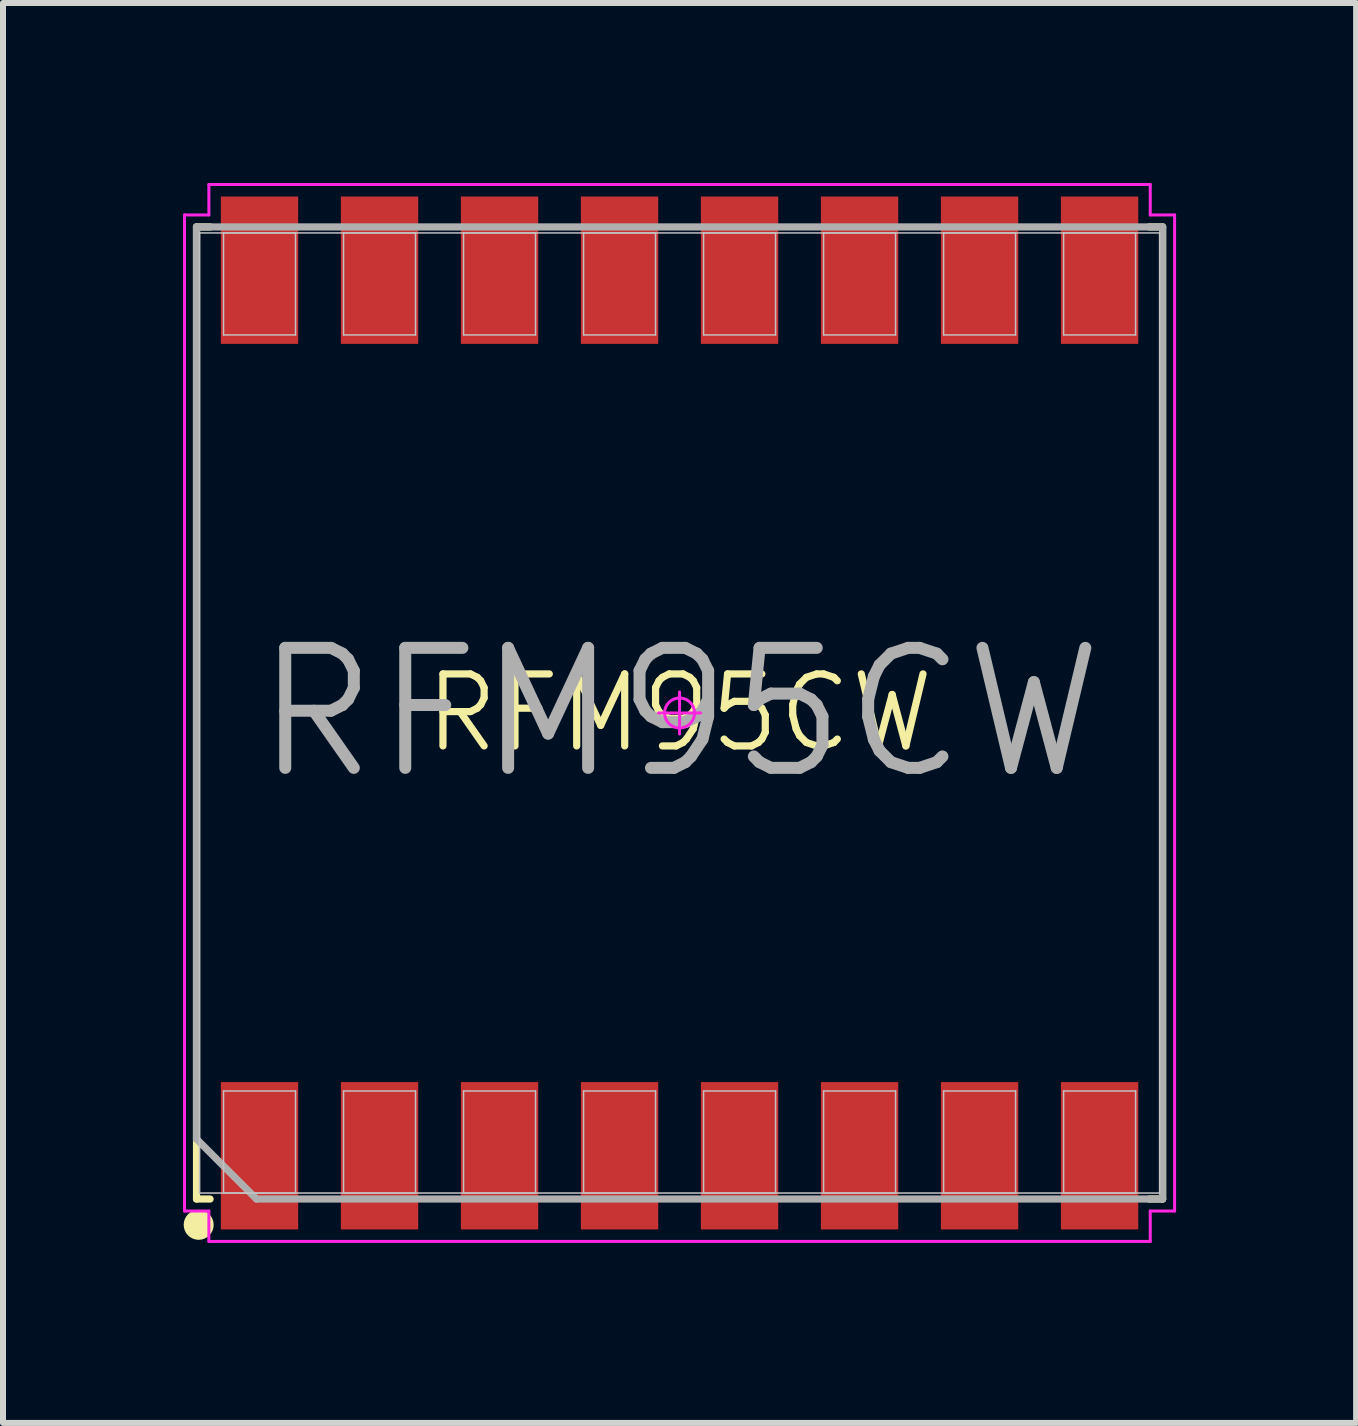
<source format=kicad_pcb>
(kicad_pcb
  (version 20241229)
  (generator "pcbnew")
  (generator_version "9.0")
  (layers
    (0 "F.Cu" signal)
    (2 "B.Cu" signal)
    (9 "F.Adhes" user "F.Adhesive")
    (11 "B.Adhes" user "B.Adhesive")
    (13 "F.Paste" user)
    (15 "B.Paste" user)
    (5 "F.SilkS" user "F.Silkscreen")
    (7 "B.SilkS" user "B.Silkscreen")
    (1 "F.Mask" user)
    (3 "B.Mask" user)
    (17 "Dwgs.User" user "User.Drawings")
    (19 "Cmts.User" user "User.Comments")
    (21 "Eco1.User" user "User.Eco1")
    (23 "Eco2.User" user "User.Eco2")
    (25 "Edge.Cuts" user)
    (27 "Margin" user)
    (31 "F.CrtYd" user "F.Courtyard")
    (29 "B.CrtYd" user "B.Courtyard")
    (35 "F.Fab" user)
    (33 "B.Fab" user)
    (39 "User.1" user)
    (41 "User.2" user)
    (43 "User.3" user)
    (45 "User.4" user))
  (footprint "RFM95CW"
    (layer "F.Cu")
    (at 8.275 8.832)
    (property "Reference" "RFM95CW" (at 0 0 0) (layer "F.SilkS") (effects (font (size 1.2 1.2) (thickness 0.12))))
    (attr smd)
    (fp_line (start -8.05 -8.1) (end -7.824 -8.1) (stroke (width 0.12) (type solid)) (layer "F.SilkS"))
    (fp_line (start -8.05 8.1) (end -8.05 -8.1) (stroke (width 0.12) (type solid)) (layer "F.SilkS"))
    (fp_line (start -7.824 8.1) (end -8.05 8.1) (stroke (width 0.12) (type solid)) (layer "F.SilkS"))
    (fp_line (start 7.824 8.1) (end 8.05 8.1) (stroke (width 0.12) (type solid)) (layer "F.SilkS"))
    (fp_line (start 8.05 -8.1) (end 7.824 -8.1) (stroke (width 0.12) (type solid)) (layer "F.SilkS"))
    (fp_line (start 8.05 8.1) (end 8.05 -8.1) (stroke (width 0.12) (type solid)) (layer "F.SilkS"))
    (fp_circle (center -8.014 8.53) (end -8.014 8.655) (stroke (width 0.25) (type solid)) (fill no) (layer "F.SilkS"))
    (fp_line (start -8 -8) (end 8 -8) (stroke (width 0.025) (type solid)) (layer "Dwgs.User"))
    (fp_line (start -8 8) (end -8 -8) (stroke (width 0.025) (type solid)) (layer "Dwgs.User"))
    (fp_line (start -7.6 -8) (end -6.4 -8) (stroke (width 0.025) (type solid)) (layer "Dwgs.User"))
    (fp_line (start -7.6 -6.3) (end -7.6 -8) (stroke (width 0.025) (type solid)) (layer "Dwgs.User"))
    (fp_line (start -7.6 6.3) (end -6.4 6.3) (stroke (width 0.025) (type solid)) (layer "Dwgs.User"))
    (fp_line (start -7.6 8) (end -7.6 6.3) (stroke (width 0.025) (type solid)) (layer "Dwgs.User"))
    (fp_line (start -6.4 -8) (end -6.4 -6.3) (stroke (width 0.025) (type solid)) (layer "Dwgs.User"))
    (fp_line (start -6.4 -6.3) (end -7.6 -6.3) (stroke (width 0.025) (type solid)) (layer "Dwgs.User"))
    (fp_line (start -6.4 6.3) (end -6.4 8) (stroke (width 0.025) (type solid)) (layer "Dwgs.User"))
    (fp_line (start -6.4 8) (end -7.6 8) (stroke (width 0.025) (type solid)) (layer "Dwgs.User"))
    (fp_line (start -5.6 -8) (end -4.4 -8) (stroke (width 0.025) (type solid)) (layer "Dwgs.User"))
    (fp_line (start -5.6 -6.3) (end -5.6 -8) (stroke (width 0.025) (type solid)) (layer "Dwgs.User"))
    (fp_line (start -5.6 6.3) (end -4.4 6.3) (stroke (width 0.025) (type solid)) (layer "Dwgs.User"))
    (fp_line (start -5.6 8) (end -5.6 6.3) (stroke (width 0.025) (type solid)) (layer "Dwgs.User"))
    (fp_line (start -4.4 -8) (end -4.4 -6.3) (stroke (width 0.025) (type solid)) (layer "Dwgs.User"))
    (fp_line (start -4.4 -6.3) (end -5.6 -6.3) (stroke (width 0.025) (type solid)) (layer "Dwgs.User"))
    (fp_line (start -4.4 6.3) (end -4.4 8) (stroke (width 0.025) (type solid)) (layer "Dwgs.User"))
    (fp_line (start -4.4 8) (end -5.6 8) (stroke (width 0.025) (type solid)) (layer "Dwgs.User"))
    (fp_line (start -3.6 -8) (end -2.4 -8) (stroke (width 0.025) (type solid)) (layer "Dwgs.User"))
    (fp_line (start -3.6 -6.3) (end -3.6 -8) (stroke (width 0.025) (type solid)) (layer "Dwgs.User"))
    (fp_line (start -3.6 6.3) (end -2.4 6.3) (stroke (width 0.025) (type solid)) (layer "Dwgs.User"))
    (fp_line (start -3.6 8) (end -3.6 6.3) (stroke (width 0.025) (type solid)) (layer "Dwgs.User"))
    (fp_line (start -2.4 -8) (end -2.4 -6.3) (stroke (width 0.025) (type solid)) (layer "Dwgs.User"))
    (fp_line (start -2.4 -6.3) (end -3.6 -6.3) (stroke (width 0.025) (type solid)) (layer "Dwgs.User"))
    (fp_line (start -2.4 6.3) (end -2.4 8) (stroke (width 0.025) (type solid)) (layer "Dwgs.User"))
    (fp_line (start -2.4 8) (end -3.6 8) (stroke (width 0.025) (type solid)) (layer "Dwgs.User"))
    (fp_line (start -1.6 -8) (end -0.4 -8) (stroke (width 0.025) (type solid)) (layer "Dwgs.User"))
    (fp_line (start -1.6 -6.3) (end -1.6 -8) (stroke (width 0.025) (type solid)) (layer "Dwgs.User"))
    (fp_line (start -1.6 6.3) (end -0.4 6.3) (stroke (width 0.025) (type solid)) (layer "Dwgs.User"))
    (fp_line (start -1.6 8) (end -1.6 6.3) (stroke (width 0.025) (type solid)) (layer "Dwgs.User"))
    (fp_line (start -0.4 -8) (end -0.4 -6.3) (stroke (width 0.025) (type solid)) (layer "Dwgs.User"))
    (fp_line (start -0.4 -6.3) (end -1.6 -6.3) (stroke (width 0.025) (type solid)) (layer "Dwgs.User"))
    (fp_line (start -0.4 6.3) (end -0.4 8) (stroke (width 0.025) (type solid)) (layer "Dwgs.User"))
    (fp_line (start -0.4 8) (end -1.6 8) (stroke (width 0.025) (type solid)) (layer "Dwgs.User"))
    (fp_line (start 0.4 -8) (end 1.6 -8) (stroke (width 0.025) (type solid)) (layer "Dwgs.User"))
    (fp_line (start 0.4 -6.3) (end 0.4 -8) (stroke (width 0.025) (type solid)) (layer "Dwgs.User"))
    (fp_line (start 0.4 6.3) (end 1.6 6.3) (stroke (width 0.025) (type solid)) (layer "Dwgs.User"))
    (fp_line (start 0.4 8) (end 0.4 6.3) (stroke (width 0.025) (type solid)) (layer "Dwgs.User"))
    (fp_line (start 1.6 -8) (end 1.6 -6.3) (stroke (width 0.025) (type solid)) (layer "Dwgs.User"))
    (fp_line (start 1.6 -6.3) (end 0.4 -6.3) (stroke (width 0.025) (type solid)) (layer "Dwgs.User"))
    (fp_line (start 1.6 6.3) (end 1.6 8) (stroke (width 0.025) (type solid)) (layer "Dwgs.User"))
    (fp_line (start 1.6 8) (end 0.4 8) (stroke (width 0.025) (type solid)) (layer "Dwgs.User"))
    (fp_line (start 2.4 -8) (end 3.6 -8) (stroke (width 0.025) (type solid)) (layer "Dwgs.User"))
    (fp_line (start 2.4 -6.3) (end 2.4 -8) (stroke (width 0.025) (type solid)) (layer "Dwgs.User"))
    (fp_line (start 2.4 6.3) (end 3.6 6.3) (stroke (width 0.025) (type solid)) (layer "Dwgs.User"))
    (fp_line (start 2.4 8) (end 2.4 6.3) (stroke (width 0.025) (type solid)) (layer "Dwgs.User"))
    (fp_line (start 3.6 -8) (end 3.6 -6.3) (stroke (width 0.025) (type solid)) (layer "Dwgs.User"))
    (fp_line (start 3.6 -6.3) (end 2.4 -6.3) (stroke (width 0.025) (type solid)) (layer "Dwgs.User"))
    (fp_line (start 3.6 6.3) (end 3.6 8) (stroke (width 0.025) (type solid)) (layer "Dwgs.User"))
    (fp_line (start 3.6 8) (end 2.4 8) (stroke (width 0.025) (type solid)) (layer "Dwgs.User"))
    (fp_line (start 4.4 -8) (end 5.6 -8) (stroke (width 0.025) (type solid)) (layer "Dwgs.User"))
    (fp_line (start 4.4 -6.3) (end 4.4 -8) (stroke (width 0.025) (type solid)) (layer "Dwgs.User"))
    (fp_line (start 4.4 6.3) (end 5.6 6.3) (stroke (width 0.025) (type solid)) (layer "Dwgs.User"))
    (fp_line (start 4.4 8) (end 4.4 6.3) (stroke (width 0.025) (type solid)) (layer "Dwgs.User"))
    (fp_line (start 5.6 -8) (end 5.6 -6.3) (stroke (width 0.025) (type solid)) (layer "Dwgs.User"))
    (fp_line (start 5.6 -6.3) (end 4.4 -6.3) (stroke (width 0.025) (type solid)) (layer "Dwgs.User"))
    (fp_line (start 5.6 6.3) (end 5.6 8) (stroke (width 0.025) (type solid)) (layer "Dwgs.User"))
    (fp_line (start 5.6 8) (end 4.4 8) (stroke (width 0.025) (type solid)) (layer "Dwgs.User"))
    (fp_line (start 6.4 -8) (end 7.6 -8) (stroke (width 0.025) (type solid)) (layer "Dwgs.User"))
    (fp_line (start 6.4 -6.3) (end 6.4 -8) (stroke (width 0.025) (type solid)) (layer "Dwgs.User"))
    (fp_line (start 6.4 6.3) (end 7.6 6.3) (stroke (width 0.025) (type solid)) (layer "Dwgs.User"))
    (fp_line (start 6.4 8) (end 6.4 6.3) (stroke (width 0.025) (type solid)) (layer "Dwgs.User"))
    (fp_line (start 7.6 -8) (end 7.6 -6.3) (stroke (width 0.025) (type solid)) (layer "Dwgs.User"))
    (fp_line (start 7.6 -6.3) (end 6.4 -6.3) (stroke (width 0.025) (type solid)) (layer "Dwgs.User"))
    (fp_line (start 7.6 6.3) (end 7.6 8) (stroke (width 0.025) (type solid)) (layer "Dwgs.User"))
    (fp_line (start 7.6 8) (end 6.4 8) (stroke (width 0.025) (type solid)) (layer "Dwgs.User"))
    (fp_line (start 8 -8) (end 8 8) (stroke (width 0.025) (type solid)) (layer "Dwgs.User"))
    (fp_line (start 8 8) (end -8 8) (stroke (width 0.025) (type solid)) (layer "Dwgs.User"))
    (fp_line (start -8.25 -8.3) (end -8.25 8.3) (stroke (width 0.05) (type solid)) (layer "F.CrtYd"))
    (fp_line (start -8.25 8.3) (end -7.844 8.3) (stroke (width 0.05) (type solid)) (layer "F.CrtYd"))
    (fp_line (start -7.844 -8.807) (end -7.844 -8.3) (stroke (width 0.05) (type solid)) (layer "F.CrtYd"))
    (fp_line (start -7.844 -8.3) (end -8.25 -8.3) (stroke (width 0.05) (type solid)) (layer "F.CrtYd"))
    (fp_line (start -7.844 8.3) (end -7.844 8.807) (stroke (width 0.05) (type solid)) (layer "F.CrtYd"))
    (fp_line (start -7.844 8.807) (end 7.844 8.807) (stroke (width 0.05) (type solid)) (layer "F.CrtYd"))
    (fp_line (start -0.35 0) (end 0.35 0) (stroke (width 0.05) (type solid)) (layer "F.CrtYd"))
    (fp_line (start 0 -0.35) (end 0 0.35) (stroke (width 0.05) (type solid)) (layer "F.CrtYd"))
    (fp_line (start 7.844 -8.807) (end -7.844 -8.807) (stroke (width 0.05) (type solid)) (layer "F.CrtYd"))
    (fp_line (start 7.844 -8.3) (end 7.844 -8.807) (stroke (width 0.05) (type solid)) (layer "F.CrtYd"))
    (fp_line (start 7.844 8.3) (end 8.25 8.3) (stroke (width 0.05) (type solid)) (layer "F.CrtYd"))
    (fp_line (start 7.844 8.807) (end 7.844 8.3) (stroke (width 0.05) (type solid)) (layer "F.CrtYd"))
    (fp_line (start 8.25 -8.3) (end 7.844 -8.3) (stroke (width 0.05) (type solid)) (layer "F.CrtYd"))
    (fp_line (start 8.25 8.3) (end 8.25 -8.3) (stroke (width 0.05) (type solid)) (layer "F.CrtYd"))
    (fp_circle (center 0 0) (end 0 0.25) (stroke (width 0.05) (type solid)) (fill no) (layer "F.CrtYd"))
    (fp_line (start -8.05 -8.1) (end 8.05 -8.1) (stroke (width 0.12) (type solid)) (layer "F.Fab"))
    (fp_line (start -8.05 7.1) (end -8.05 -8.1) (stroke (width 0.12) (type solid)) (layer "F.Fab"))
    (fp_line (start -7.05 8.1) (end -8.05 7.1) (stroke (width 0.12) (type solid)) (layer "F.Fab"))
    (fp_line (start 8.05 -8.1) (end 8.05 8.1) (stroke (width 0.12) (type solid)) (layer "F.Fab"))
    (fp_line (start 8.05 8.1) (end -7.05 8.1) (stroke (width 0.12) (type solid)) (layer "F.Fab"))
    (fp_text user "${REFERENCE}" (at 0 0 0) (layer "F.Fab") (effects (font (size 2 2) (thickness 0.2))))
    (pad "1" smd rect (at -7 7.379 90) (size 2.456 1.289) (layers "F.Cu" "F.Mask" "F.Paste"))
    (pad "2" smd rect (at -5 7.379 90) (size 2.456 1.289) (layers "F.Cu" "F.Mask" "F.Paste"))
    (pad "3" smd rect (at -3 7.379 90) (size 2.456 1.289) (layers "F.Cu" "F.Mask" "F.Paste"))
    (pad "4" smd rect (at -1 7.379 90) (size 2.456 1.289) (layers "F.Cu" "F.Mask" "F.Paste"))
    (pad "5" smd rect (at 1 7.379 90) (size 2.456 1.289) (layers "F.Cu" "F.Mask" "F.Paste"))
    (pad "6" smd rect (at 3 7.379 90) (size 2.456 1.289) (layers "F.Cu" "F.Mask" "F.Paste"))
    (pad "7" smd rect (at 5 7.379 90) (size 2.456 1.289) (layers "F.Cu" "F.Mask" "F.Paste"))
    (pad "8" smd rect (at 7 7.379 90) (size 2.456 1.289) (layers "F.Cu" "F.Mask" "F.Paste"))
    (pad "9" smd rect (at 7 -7.379 90) (size 2.456 1.289) (layers "F.Cu" "F.Mask" "F.Paste"))
    (pad "10" smd rect (at 5 -7.379 90) (size 2.456 1.289) (layers "F.Cu" "F.Mask" "F.Paste"))
    (pad "11" smd rect (at 3 -7.379 90) (size 2.456 1.289) (layers "F.Cu" "F.Mask" "F.Paste"))
    (pad "12" smd rect (at 1 -7.379 90) (size 2.456 1.289) (layers "F.Cu" "F.Mask" "F.Paste"))
    (pad "13" smd rect (at -1 -7.379 90) (size 2.456 1.289) (layers "F.Cu" "F.Mask" "F.Paste"))
    (pad "14" smd rect (at -3 -7.379 90) (size 2.456 1.289) (layers "F.Cu" "F.Mask" "F.Paste"))
    (pad "15" smd rect (at -5 -7.379 90) (size 2.456 1.289) (layers "F.Cu" "F.Mask" "F.Paste"))
    (pad "16" smd rect (at -7 -7.379 90) (size 2.456 1.289) (layers "F.Cu" "F.Mask" "F.Paste")))
  (gr_rect
    (start -3 -3)
    (end 19.55 20.664)
    (stroke (width 0.1) (type default))
    (fill no)
    (layer "Edge.Cuts")))
</source>
